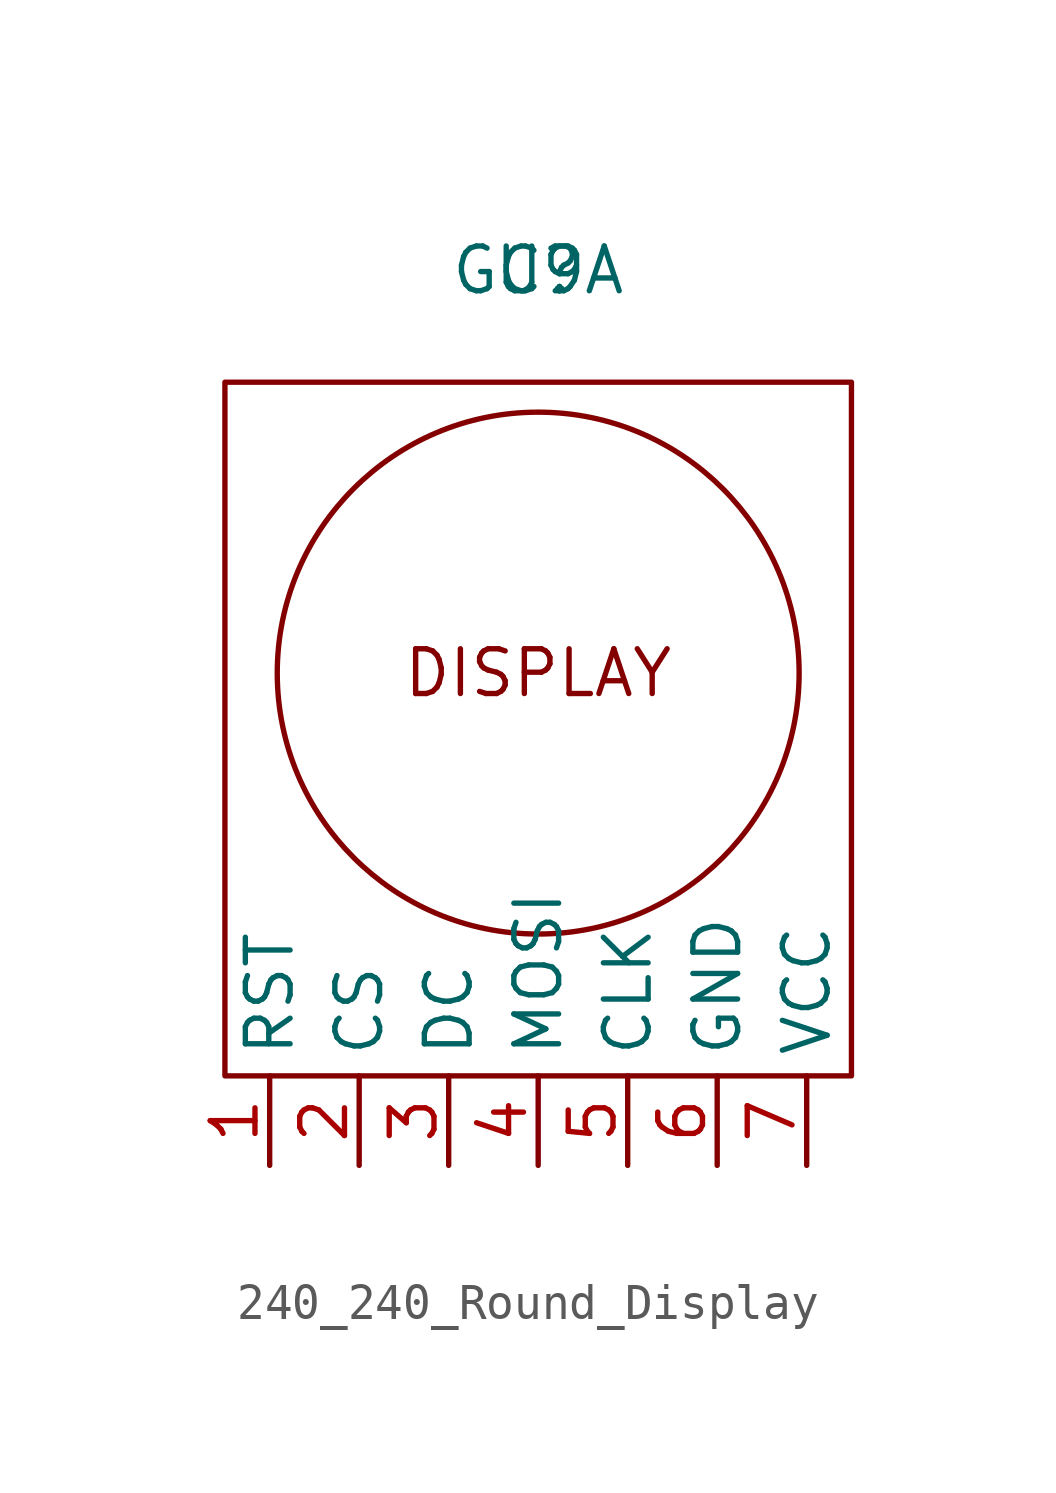
<source format=kicad_sym>
(kicad_symbol_lib
  (version 20220914)
  (generator kicad_symbol_editor)
  (symbol "240_240_Round_Display"
    (property "Reference" "U"
      (at 0 0 0)
      (effects (font (size 1.27 1.27))))
    (property "Value" "GC9A"
      (at 0 0 0)
      (effects (font (size 1.27 1.27))))
    (symbol "240_240_Round_Display_0_1"
      (rectangle (start -8.89 -3.175) (end 8.89 -22.86) (stroke (width 0) (type default)) (fill (type none)))
      (circle (center 0 -11.43) (radius 7.405) (stroke (width 0) (type default)) (fill (type none))))
    (symbol "240_240_Round_Display_1_1"
      (text "DISPLAY\n" (at 0 -11.43 0) (effects (font (size 1.27 1.27))))
      (pin input line (at -7.62 -25.4 90) (length 2.54) (name "RST" (effects (font (size 1.27 1.27)))) (number "1" (effects (font (size 1.27 1.27)))))
      (pin input line (at -5.08 -25.4 90) (length 2.54) (name "CS" (effects (font (size 1.27 1.27)))) (number "2" (effects (font (size 1.27 1.27)))))
      (pin input line (at -2.54 -25.4 90) (length 2.54) (name "DC" (effects (font (size 1.27 1.27)))) (number "3" (effects (font (size 1.27 1.27)))))
      (pin input line (at 0 -25.4 90) (length 2.54) (name "MOSI" (effects (font (size 1.27 1.27)))) (number "4" (effects (font (size 1.27 1.27)))))
      (pin input line (at 2.54 -25.4 90) (length 2.54) (name "CLK" (effects (font (size 1.27 1.27)))) (number "5" (effects (font (size 1.27 1.27)))))
      (pin power_in line (at 5.08 -25.4 90) (length 2.54) (name "GND" (effects (font (size 1.27 1.27)))) (number "6" (effects (font (size 1.27 1.27)))))
      (pin power_in line (at 7.62 -25.4 90) (length 2.54) (name "VCC" (effects (font (size 1.27 1.27)))) (number "7" (effects (font (size 1.27 1.27))))))))
</source>
